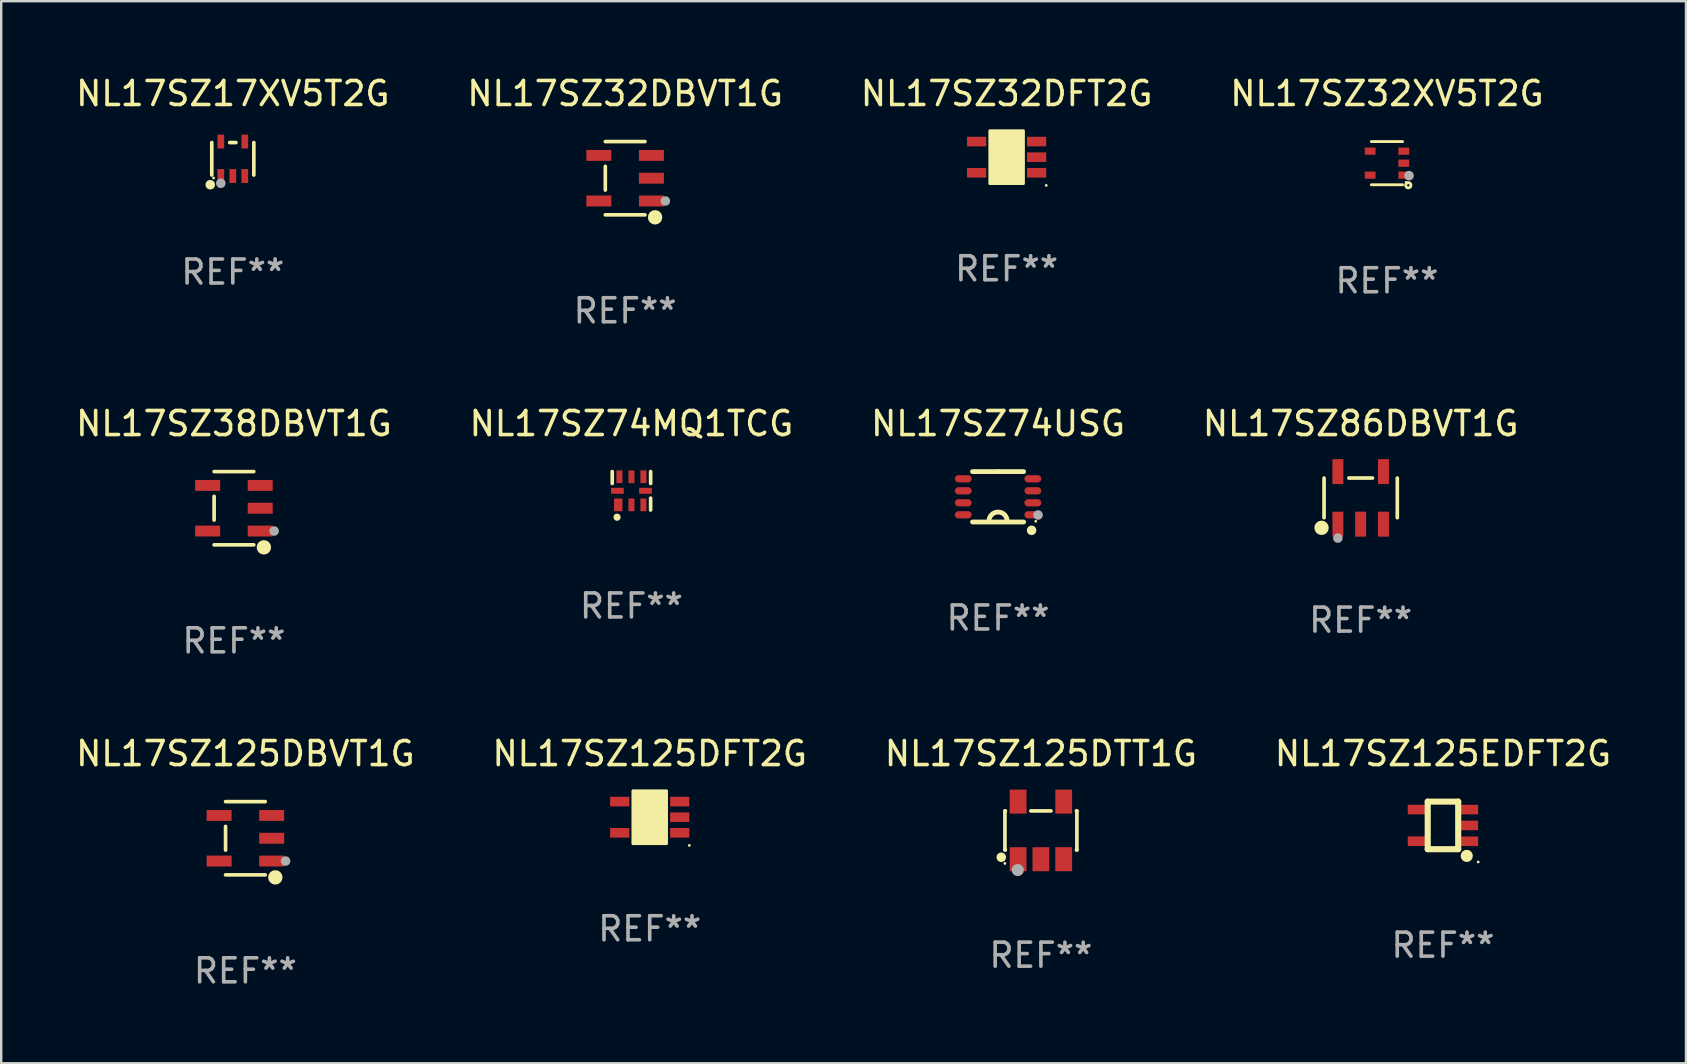
<source format=kicad_pcb>
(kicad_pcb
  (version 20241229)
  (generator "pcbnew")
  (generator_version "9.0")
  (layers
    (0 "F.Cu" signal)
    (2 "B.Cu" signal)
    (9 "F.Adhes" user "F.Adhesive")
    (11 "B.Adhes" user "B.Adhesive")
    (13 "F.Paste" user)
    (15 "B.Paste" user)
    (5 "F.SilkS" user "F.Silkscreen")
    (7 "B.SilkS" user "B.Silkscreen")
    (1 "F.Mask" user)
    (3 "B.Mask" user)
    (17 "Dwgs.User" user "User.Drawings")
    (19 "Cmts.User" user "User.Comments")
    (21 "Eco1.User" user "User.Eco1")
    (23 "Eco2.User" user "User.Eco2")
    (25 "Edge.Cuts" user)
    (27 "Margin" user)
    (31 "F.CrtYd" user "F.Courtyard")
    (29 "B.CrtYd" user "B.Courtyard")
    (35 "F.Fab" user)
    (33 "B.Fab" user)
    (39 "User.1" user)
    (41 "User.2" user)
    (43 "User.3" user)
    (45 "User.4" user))
  (footprint "NL17SZ86DBVT1G"
    (layer "F.Cu")
    (at 53.637 17.692)
    (property "Reference" "NL17SZ86DBVT1G" (at 0 -3.095 0) (layer "F.SilkS") (effects (font (size 1 1) (thickness 0.15))))
    (attr through_hole)
    (fp_line (start -1.526 0.826) (end -1.526 -0.826) (stroke (width 0.152) (type solid)) (layer "F.SilkS"))
    (fp_line (start 0.494 -0.826) (end -0.494 -0.826) (stroke (width 0.152) (type solid)) (layer "F.SilkS"))
    (fp_line (start 1.526 0.826) (end 1.526 -0.826) (stroke (width 0.152) (type solid)) (layer "F.SilkS"))
    (fp_circle (center -1.63 1.247) (end -1.48 1.247) (stroke (width 0.3) (type solid)) (fill no) (layer "F.SilkS"))
    (fp_circle (center -1.45 1.375) (end -1.42 1.375) (stroke (width 0.06) (type solid)) (fill no) (layer "F.SilkS"))
    (fp_circle (center -0.95 1.675) (end -0.85 1.675) (stroke (width 0.2) (type solid)) (fill no) (layer "F.Fab"))
    (fp_text user "REF**" (at 0 5.095 0) (layer "F.Fab") (effects (font (size 1 1) (thickness 0.15))))
    (pad "1" smd rect (at -0.95 1.095) (size 0.455 1.04) (layers "F.Cu" "F.Mask" "F.Paste"))
    (pad "2" smd rect (at 0 1.095) (size 0.455 1.04) (layers "F.Cu" "F.Mask" "F.Paste"))
    (pad "3" smd rect (at 0.95 1.095) (size 0.455 1.04) (layers "F.Cu" "F.Mask" "F.Paste"))
    (pad "4" smd rect (at 0.95 -1.095) (size 0.455 1.04) (layers "F.Cu" "F.Mask" "F.Paste"))
    (pad "5" smd rect (at -0.95 -1.095) (size 0.455 1.04) (layers "F.Cu" "F.Mask" "F.Paste")))
  (footprint "NL17SZ32DFT2G"
    (layer "F.Cu")
    (at 38.887 3.498)
    (property "Reference" "NL17SZ32DFT2G" (at 0 -2.65 0) (layer "F.SilkS") (effects (font (size 1 1) (thickness 0.15))))
    (attr through_hole)
    (fp_arc (start 0.381001 0.637541) (mid 0.380995 0.636271) (end 0.381001 0.635001) (stroke (width 0.24892) (type solid)) (layer "F.SilkS"))
    (fp_circle (center 1.65 1.175) (end 1.68 1.175) (stroke (width 0.06) (type solid)) (fill no) (layer "F.SilkS"))
    (fp_poly (pts (xy -0.7 -1.1) (xy 0.7 -1.1) (xy 0.7 1.1) (xy -0.7 1.1)) (stroke (width 0.12) (type solid)) (fill yes) (layer "F.SilkS"))
    (fp_text user "REF**" (at 0 4.65 0) (layer "F.Fab") (effects (font (size 1 1) (thickness 0.15))))
    (pad "1" smd rect (at 1.25 0.65 270) (size 0.4 0.8) (layers "F.Cu" "F.Mask" "F.Paste"))
    (pad "2" smd rect (at 1.25 0 270) (size 0.4 0.8) (layers "F.Cu" "F.Mask" "F.Paste"))
    (pad "3" smd rect (at 1.25 -0.65 270) (size 0.4 0.8) (layers "F.Cu" "F.Mask" "F.Paste"))
    (pad "4" smd rect (at -1.25 -0.65 270) (size 0.4 0.8) (layers "F.Cu" "F.Mask" "F.Paste"))
    (pad "5" smd rect (at -1.25 0.65 270) (size 0.4 0.8) (layers "F.Cu" "F.Mask" "F.Paste")))
  (footprint "NL17SZ74USG"
    (layer "F.Cu")
    (at 38.53 17.647)
    (property "Reference" "NL17SZ74USG" (at 0 -3.05 0) (layer "F.SilkS") (effects (font (size 1 1) (thickness 0.15))))
    (attr through_hole)
    (fp_line (start -1.064 1.05) (end 1.064 1.05) (stroke (width 0.2) (type solid)) (layer "F.SilkS"))
    (fp_line (start -0.000051 -1.05) (end -1.064 -1.05) (stroke (width 0.2) (type solid)) (layer "F.SilkS"))
    (fp_line (start -0.000051 -1.05) (end 1.064 -1.05) (stroke (width 0.2) (type solid)) (layer "F.SilkS"))
    (fp_arc (start -0.381102 1.015991) (mid -0.000077 0.635294) (end 0.38095 1.015989) (stroke (width 0.2) (type solid)) (layer "F.SilkS"))
    (fp_circle (center 1.397 1.397) (end 1.497 1.397) (stroke (width 0.2) (type solid)) (fill no) (layer "F.SilkS"))
    (fp_circle (center 1.57 1.02) (end 1.6 1.02) (stroke (width 0.06) (type solid)) (fill no) (layer "F.SilkS"))
    (fp_circle (center 1.666 0.758) (end 1.766 0.758) (stroke (width 0.2) (type solid)) (fill no) (layer "F.Fab"))
    (fp_text user "REF**" (at 0 5.05 0) (layer "F.Fab") (effects (font (size 1 1) (thickness 0.15))))
    (pad "1" smd oval (at 1.45 0.75 90) (size 0.3 0.7) (layers "F.Cu" "F.Mask" "F.Paste"))
    (pad "2" smd oval (at 1.45 0.25 90) (size 0.3 0.7) (layers "F.Cu" "F.Mask" "F.Paste"))
    (pad "3" smd oval (at 1.45 -0.25 90) (size 0.3 0.7) (layers "F.Cu" "F.Mask" "F.Paste"))
    (pad "4" smd oval (at 1.45 -0.75 90) (size 0.3 0.7) (layers "F.Cu" "F.Mask" "F.Paste"))
    (pad "5" smd oval (at -1.45 -0.75 90) (size 0.3 0.7) (layers "F.Cu" "F.Mask" "F.Paste"))
    (pad "6" smd oval (at -1.45 -0.25 90) (size 0.3 0.7) (layers "F.Cu" "F.Mask" "F.Paste"))
    (pad "7" smd oval (at -1.45 0.25 90) (size 0.3 0.7) (layers "F.Cu" "F.Mask" "F.Paste"))
    (pad "8" smd oval (at -1.45 0.75 90) (size 0.3 0.7) (layers "F.Cu" "F.Mask" "F.Paste")))
  (footprint "NL17SZ125DFT2G"
    (layer "F.Cu")
    (at 24.018 30.996)
    (property "Reference" "NL17SZ125DFT2G" (at 0 -2.65 0) (layer "F.SilkS") (effects (font (size 1 1) (thickness 0.15))))
    (attr through_hole)
    (fp_arc (start 0.381001 0.637541) (mid 0.380995 0.636271) (end 0.381001 0.635001) (stroke (width 0.24892) (type solid)) (layer "F.SilkS"))
    (fp_circle (center 1.65 1.175) (end 1.68 1.175) (stroke (width 0.06) (type solid)) (fill no) (layer "F.SilkS"))
    (fp_poly (pts (xy -0.7 -1.1) (xy 0.7 -1.1) (xy 0.7 1.1) (xy -0.7 1.1)) (stroke (width 0.12) (type solid)) (fill yes) (layer "F.SilkS"))
    (fp_text user "REF**" (at 0 4.65 0) (layer "F.Fab") (effects (font (size 1 1) (thickness 0.15))))
    (pad "1" smd rect (at 1.25 0.65 270) (size 0.4 0.8) (layers "F.Cu" "F.Mask" "F.Paste"))
    (pad "2" smd rect (at 1.25 0 270) (size 0.4 0.8) (layers "F.Cu" "F.Mask" "F.Paste"))
    (pad "3" smd rect (at 1.25 -0.65 270) (size 0.4 0.8) (layers "F.Cu" "F.Mask" "F.Paste"))
    (pad "4" smd rect (at -1.25 -0.65 270) (size 0.4 0.8) (layers "F.Cu" "F.Mask" "F.Paste"))
    (pad "5" smd rect (at -1.25 0.65 270) (size 0.4 0.8) (layers "F.Cu" "F.Mask" "F.Paste")))
  (footprint "NL17SZ17XV5T2G"
    (layer "F.Cu")
    (at 6.649 3.566)
    (property "Reference" "NL17SZ17XV5T2G" (at 0 -2.718 0) (layer "F.SilkS") (effects (font (size 1 1) (thickness 0.15))))
    (attr through_hole)
    (fp_line (start -0.876 0.676) (end -0.876 -0.676) (stroke (width 0.152) (type solid)) (layer "F.SilkS"))
    (fp_line (start 0.131 -0.676) (end -0.131 -0.676) (stroke (width 0.152) (type solid)) (layer "F.SilkS"))
    (fp_line (start 0.876 0.676) (end 0.876 -0.676) (stroke (width 0.152) (type solid)) (layer "F.SilkS"))
    (fp_circle (center -0.94 1.08) (end -0.84 1.08) (stroke (width 0.2) (type solid)) (fill no) (layer "F.SilkS"))
    (fp_circle (center -0.8 0.8) (end -0.77 0.8) (stroke (width 0.06) (type solid)) (fill no) (layer "F.SilkS"))
    (fp_circle (center -0.5 1.02) (end -0.4 1.02) (stroke (width 0.2) (type solid)) (fill no) (layer "F.Fab"))
    (fp_text user "REF**" (at 0 4.718 0) (layer "F.Fab") (effects (font (size 1 1) (thickness 0.15))))
    (pad "1" smd rect (at -0.5 0.718) (size 0.28 0.58) (layers "F.Cu" "F.Mask" "F.Paste"))
    (pad "2" smd rect (at -0.000102 0.718) (size 0.28 0.58) (layers "F.Cu" "F.Mask" "F.Paste"))
    (pad "3" smd rect (at 0.5 0.718) (size 0.28 0.58) (layers "F.Cu" "F.Mask" "F.Paste"))
    (pad "4" smd rect (at 0.5 -0.718) (size 0.28 0.58) (layers "F.Cu" "F.Mask" "F.Paste"))
    (pad "5" smd rect (at -0.5 -0.718) (size 0.28 0.58) (layers "F.Cu" "F.Mask" "F.Paste")))
  (footprint "NL17SZ74MQ1TCG"
    (layer "F.Cu")
    (at 23.256 17.397)
    (property "Reference" "NL17SZ74MQ1TCG" (at 0 -2.8 0) (layer "F.SilkS") (effects (font (size 1 1) (thickness 0.15))))
    (attr through_hole)
    (fp_line (start -0.8 -0.305) (end -0.8 -0.8) (stroke (width 0.152) (type solid)) (layer "F.SilkS"))
    (fp_line (start 0.8 -0.8) (end 0.8 -0.305) (stroke (width 0.152) (type solid)) (layer "F.SilkS"))
    (fp_line (start 0.8 0.305) (end 0.8 0.8) (stroke (width 0.152) (type solid)) (layer "F.SilkS"))
    (fp_circle (center -0.6 1.1) (end -0.525 1.1) (stroke (width 0.15) (type solid)) (fill no) (layer "F.SilkS"))
    (fp_text user "REF**" (at 0 4.8 0) (layer "F.Fab") (effects (font (size 1 1) (thickness 0.15))))
    (pad "1" smd rect (at -0.55 0.585 90) (size 0.53 0.35) (layers "F.Cu" "F.Mask" "F.Paste"))
    (pad "2" smd rect (at 0 0.585 90) (size 0.53 0.25) (layers "F.Cu" "F.Mask" "F.Paste"))
    (pad "3" smd rect (at 0.5 0.585 90) (size 0.53 0.25) (layers "F.Cu" "F.Mask" "F.Paste"))
    (pad "4" smd rect (at 0.585 0 90) (size 0.25 0.53) (layers "F.Cu" "F.Mask" "F.Paste"))
    (pad "5" smd rect (at 0.5 -0.585 90) (size 0.53 0.25) (layers "F.Cu" "F.Mask" "F.Paste"))
    (pad "6" smd rect (at 0 -0.585 90) (size 0.53 0.25) (layers "F.Cu" "F.Mask" "F.Paste"))
    (pad "7" smd rect (at -0.5 -0.585 90) (size 0.53 0.25) (layers "F.Cu" "F.Mask" "F.Paste"))
    (pad "8" smd rect (at -0.585 0 90) (size 0.25 0.53) (layers "F.Cu" "F.Mask" "F.Paste")))
  (footprint "NL17SZ125DBVT1G"
    (layer "F.Cu")
    (at 7.173 31.872)
    (property "Reference" "NL17SZ125DBVT1G" (at 0 -3.526 0) (layer "F.SilkS") (effects (font (size 1 1) (thickness 0.15))))
    (attr through_hole)
    (fp_line (start -0.826 -0.494) (end -0.826 0.494) (stroke (width 0.152) (type solid)) (layer "F.SilkS"))
    (fp_line (start 0.826 -1.526) (end -0.826 -1.526) (stroke (width 0.152) (type solid)) (layer "F.SilkS"))
    (fp_line (start 0.826 1.526) (end -0.826 1.526) (stroke (width 0.152) (type solid)) (layer "F.SilkS"))
    (fp_circle (center 1.247 1.63) (end 1.398 1.63) (stroke (width 0.3) (type solid)) (fill no) (layer "F.SilkS"))
    (fp_circle (center 1.375 1.45) (end 1.405 1.45) (stroke (width 0.06) (type solid)) (fill no) (layer "F.SilkS"))
    (fp_circle (center 1.675 0.95) (end 1.775 0.95) (stroke (width 0.2) (type solid)) (fill no) (layer "F.Fab"))
    (fp_text user "REF**" (at 0 5.526 0) (layer "F.Fab") (effects (font (size 1 1) (thickness 0.15))))
    (pad "1" smd rect (at 1.095 0.95 270) (size 0.455 1.04) (layers "F.Cu" "F.Mask" "F.Paste"))
    (pad "2" smd rect (at 1.095 0 270) (size 0.455 1.04) (layers "F.Cu" "F.Mask" "F.Paste"))
    (pad "3" smd rect (at 1.095 -0.95 270) (size 0.455 1.04) (layers "F.Cu" "F.Mask" "F.Paste"))
    (pad "4" smd rect (at -1.095 -0.95 270) (size 0.455 1.04) (layers "F.Cu" "F.Mask" "F.Paste"))
    (pad "5" smd rect (at -1.095 0.95 270) (size 0.455 1.04) (layers "F.Cu" "F.Mask" "F.Paste")))
  (footprint "NL17SZ125DTT1G"
    (layer "F.Cu")
    (at 40.315 31.546)
    (property "Reference" "NL17SZ125DTT1G" (at 0 -3.2 0) (layer "F.SilkS") (effects (font (size 1 1) (thickness 0.15))))
    (attr through_hole)
    (fp_line (start -1.499 -0.813) (end -1.48 -0.813) (stroke (width 0.152) (type solid)) (layer "F.SilkS"))
    (fp_line (start -1.499 0.813) (end -1.499 -0.813) (stroke (width 0.152) (type solid)) (layer "F.SilkS"))
    (fp_line (start -1.48 0.813) (end -1.499 0.813) (stroke (width 0.152) (type solid)) (layer "F.SilkS"))
    (fp_line (start -0.42 -0.813) (end 0.42 -0.813) (stroke (width 0.152) (type solid)) (layer "F.SilkS"))
    (fp_line (start 1.48 -0.813) (end 1.499 -0.813) (stroke (width 0.152) (type solid)) (layer "F.SilkS"))
    (fp_line (start 1.499 -0.813) (end 1.499 0.813) (stroke (width 0.152) (type solid)) (layer "F.SilkS"))
    (fp_line (start 1.499 0.813) (end 1.48 0.813) (stroke (width 0.152) (type solid)) (layer "F.SilkS"))
    (fp_circle (center -1.651 1.118) (end -1.551 1.118) (stroke (width 0.2) (type solid)) (fill no) (layer "F.SilkS"))
    (fp_circle (center -1.5 1.375) (end -1.47 1.375) (stroke (width 0.06) (type solid)) (fill no) (layer "F.SilkS"))
    (fp_circle (center -0.965 1.651) (end -0.838 1.651) (stroke (width 0.254) (type solid)) (fill no) (layer "F.Fab"))
    (fp_text user "REF**" (at 0 5.2 0) (layer "F.Fab") (effects (font (size 1 1) (thickness 0.15))))
    (pad "1" smd rect (at -0.95 1.2) (size 0.7 1) (layers "F.Cu" "F.Mask" "F.Paste"))
    (pad "2" smd rect (at 0 1.2) (size 0.7 1) (layers "F.Cu" "F.Mask" "F.Paste"))
    (pad "3" smd rect (at 0.95 1.2) (size 0.7 1) (layers "F.Cu" "F.Mask" "F.Paste"))
    (pad "4" smd rect (at 0.95 -1.2) (size 0.7 1) (layers "F.Cu" "F.Mask" "F.Paste"))
    (pad "5" smd rect (at -0.95 -1.2) (size 0.7 1) (layers "F.Cu" "F.Mask" "F.Paste")))
  (footprint "NL17SZ32DBVT1G"
    (layer "F.Cu")
    (at 22.994 4.374)
    (property "Reference" "NL17SZ32DBVT1G" (at 0 -3.526 0) (layer "F.SilkS") (effects (font (size 1 1) (thickness 0.15))))
    (attr through_hole)
    (fp_line (start -0.826 -0.494) (end -0.826 0.494) (stroke (width 0.152) (type solid)) (layer "F.SilkS"))
    (fp_line (start 0.826 -1.526) (end -0.826 -1.526) (stroke (width 0.152) (type solid)) (layer "F.SilkS"))
    (fp_line (start 0.826 1.526) (end -0.826 1.526) (stroke (width 0.152) (type solid)) (layer "F.SilkS"))
    (fp_circle (center 1.247 1.63) (end 1.398 1.63) (stroke (width 0.3) (type solid)) (fill no) (layer "F.SilkS"))
    (fp_circle (center 1.375 1.45) (end 1.405 1.45) (stroke (width 0.06) (type solid)) (fill no) (layer "F.SilkS"))
    (fp_circle (center 1.675 0.95) (end 1.775 0.95) (stroke (width 0.2) (type solid)) (fill no) (layer "F.Fab"))
    (fp_text user "REF**" (at 0 5.526 0) (layer "F.Fab") (effects (font (size 1 1) (thickness 0.15))))
    (pad "1" smd rect (at 1.095 0.95 270) (size 0.455 1.04) (layers "F.Cu" "F.Mask" "F.Paste"))
    (pad "2" smd rect (at 1.095 0 270) (size 0.455 1.04) (layers "F.Cu" "F.Mask" "F.Paste"))
    (pad "3" smd rect (at 1.095 -0.95 270) (size 0.455 1.04) (layers "F.Cu" "F.Mask" "F.Paste"))
    (pad "4" smd rect (at -1.095 -0.95 270) (size 0.455 1.04) (layers "F.Cu" "F.Mask" "F.Paste"))
    (pad "5" smd rect (at -1.095 0.95 270) (size 0.455 1.04) (layers "F.Cu" "F.Mask" "F.Paste")))
  (footprint "NL17SZ125EDFT2G"
    (layer "F.Cu")
    (at 57.065 31.337)
    (property "Reference" "NL17SZ125EDFT2G" (at 0 -2.991 0) (layer "F.SilkS") (effects (font (size 1 1) (thickness 0.15))))
    (attr through_hole)
    (fp_line (start -0.635 -0.991) (end 0.635 -0.991) (stroke (width 0.254) (type solid)) (layer "F.SilkS"))
    (fp_line (start -0.635 0.991) (end -0.635 -0.991) (stroke (width 0.254) (type solid)) (layer "F.SilkS"))
    (fp_line (start 0.635 -0.991) (end 0.635 0.991) (stroke (width 0.254) (type solid)) (layer "F.SilkS"))
    (fp_line (start 0.635 0.991) (end -0.635 0.991) (stroke (width 0.254) (type solid)) (layer "F.SilkS"))
    (fp_circle (center 0.991 1.27) (end 1.118 1.27) (stroke (width 0.254) (type solid)) (fill no) (layer "F.SilkS"))
    (fp_circle (center 1.467 1.524) (end 1.497 1.524) (stroke (width 0.06) (type solid)) (fill no) (layer "F.SilkS"))
    (fp_text user "REF**" (at 0 4.991 0) (layer "F.Fab") (effects (font (size 1 1) (thickness 0.15))))
    (pad "1" smd rect (at 1.067 0.66 180) (size 0.8 0.399) (layers "F.Cu" "F.Mask" "F.Paste"))
    (pad "2" smd rect (at 1.067 0 180) (size 0.8 0.399) (layers "F.Cu" "F.Mask" "F.Paste"))
    (pad "3" smd rect (at 1.067 -0.66 180) (size 0.8 0.399) (layers "F.Cu" "F.Mask" "F.Paste"))
    (pad "4" smd rect (at -1.067 -0.66 180) (size 0.8 0.399) (layers "F.Cu" "F.Mask" "F.Paste"))
    (pad "5" smd rect (at -1.066 0.659 180) (size 0.8 0.399) (layers "F.Cu" "F.Mask" "F.Paste")))
  (footprint "NL17SZ38DBVT1G"
    (layer "F.Cu")
    (at 6.696 18.123)
    (property "Reference" "NL17SZ38DBVT1G" (at 0 -3.526 0) (layer "F.SilkS") (effects (font (size 1 1) (thickness 0.15))))
    (attr through_hole)
    (fp_line (start -0.826 -0.494) (end -0.826 0.494) (stroke (width 0.152) (type solid)) (layer "F.SilkS"))
    (fp_line (start 0.826 -1.526) (end -0.826 -1.526) (stroke (width 0.152) (type solid)) (layer "F.SilkS"))
    (fp_line (start 0.826 1.526) (end -0.826 1.526) (stroke (width 0.152) (type solid)) (layer "F.SilkS"))
    (fp_circle (center 1.247 1.63) (end 1.398 1.63) (stroke (width 0.3) (type solid)) (fill no) (layer "F.SilkS"))
    (fp_circle (center 1.375 1.45) (end 1.405 1.45) (stroke (width 0.06) (type solid)) (fill no) (layer "F.SilkS"))
    (fp_circle (center 1.675 0.95) (end 1.775 0.95) (stroke (width 0.2) (type solid)) (fill no) (layer "F.Fab"))
    (fp_text user "REF**" (at 0 5.526 0) (layer "F.Fab") (effects (font (size 1 1) (thickness 0.15))))
    (pad "1" smd rect (at 1.095 0.95 270) (size 0.455 1.04) (layers "F.Cu" "F.Mask" "F.Paste"))
    (pad "2" smd rect (at 1.095 0 270) (size 0.455 1.04) (layers "F.Cu" "F.Mask" "F.Paste"))
    (pad "3" smd rect (at 1.095 -0.95 270) (size 0.455 1.04) (layers "F.Cu" "F.Mask" "F.Paste"))
    (pad "4" smd rect (at -1.095 -0.95 270) (size 0.455 1.04) (layers "F.Cu" "F.Mask" "F.Paste"))
    (pad "5" smd rect (at -1.095 0.95 270) (size 0.455 1.04) (layers "F.Cu" "F.Mask" "F.Paste")))
  (footprint "NL17SZ32XV5T2G"
    (layer "F.Cu")
    (at 54.732 3.748)
    (property "Reference" "NL17SZ32XV5T2G" (at 0 -2.9 0) (layer "F.SilkS") (effects (font (size 1 1) (thickness 0.15))))
    (attr through_hole)
    (fp_line (start -0.65 -0.9) (end 0.65 -0.9) (stroke (width 0.12) (type solid)) (layer "F.SilkS"))
    (fp_line (start -0.65 0.9) (end 0.65 0.9) (stroke (width 0.12) (type solid)) (layer "F.SilkS"))
    (fp_circle (center 0.8 0.8) (end 0.83 0.8) (stroke (width 0.06) (type solid)) (fill no) (layer "F.SilkS"))
    (fp_circle (center 0.89 0.92) (end 0.94 0.92) (stroke (width 0.12) (type solid)) (fill no) (layer "F.SilkS"))
    (fp_circle (center 0.92 0.52) (end 1.02 0.52) (stroke (width 0.2) (type solid)) (fill no) (layer "F.Fab"))
    (fp_text user "REF**" (at 0 4.9 0) (layer "F.Fab") (effects (font (size 1 1) (thickness 0.15))))
    (pad "1" smd rect (at 0.7 0.5) (size 0.45 0.3) (layers "F.Cu" "F.Mask" "F.Paste"))
    (pad "2" smd rect (at 0.7 -0.000356) (size 0.45 0.3) (layers "F.Cu" "F.Mask" "F.Paste"))
    (pad "3" smd rect (at 0.7 -0.5) (size 0.45 0.3) (layers "F.Cu" "F.Mask" "F.Paste"))
    (pad "4" smd rect (at -0.7 -0.5) (size 0.45 0.3) (layers "F.Cu" "F.Mask" "F.Paste"))
    (pad "5" smd rect (at -0.7 0.5) (size 0.45 0.3) (layers "F.Cu" "F.Mask" "F.Paste")))
  (gr_rect
    (start -3 -3)
    (end 67.19 41.247)
    (stroke (width 0.1) (type default))
    (fill no)
    (layer "Edge.Cuts")))
</source>
